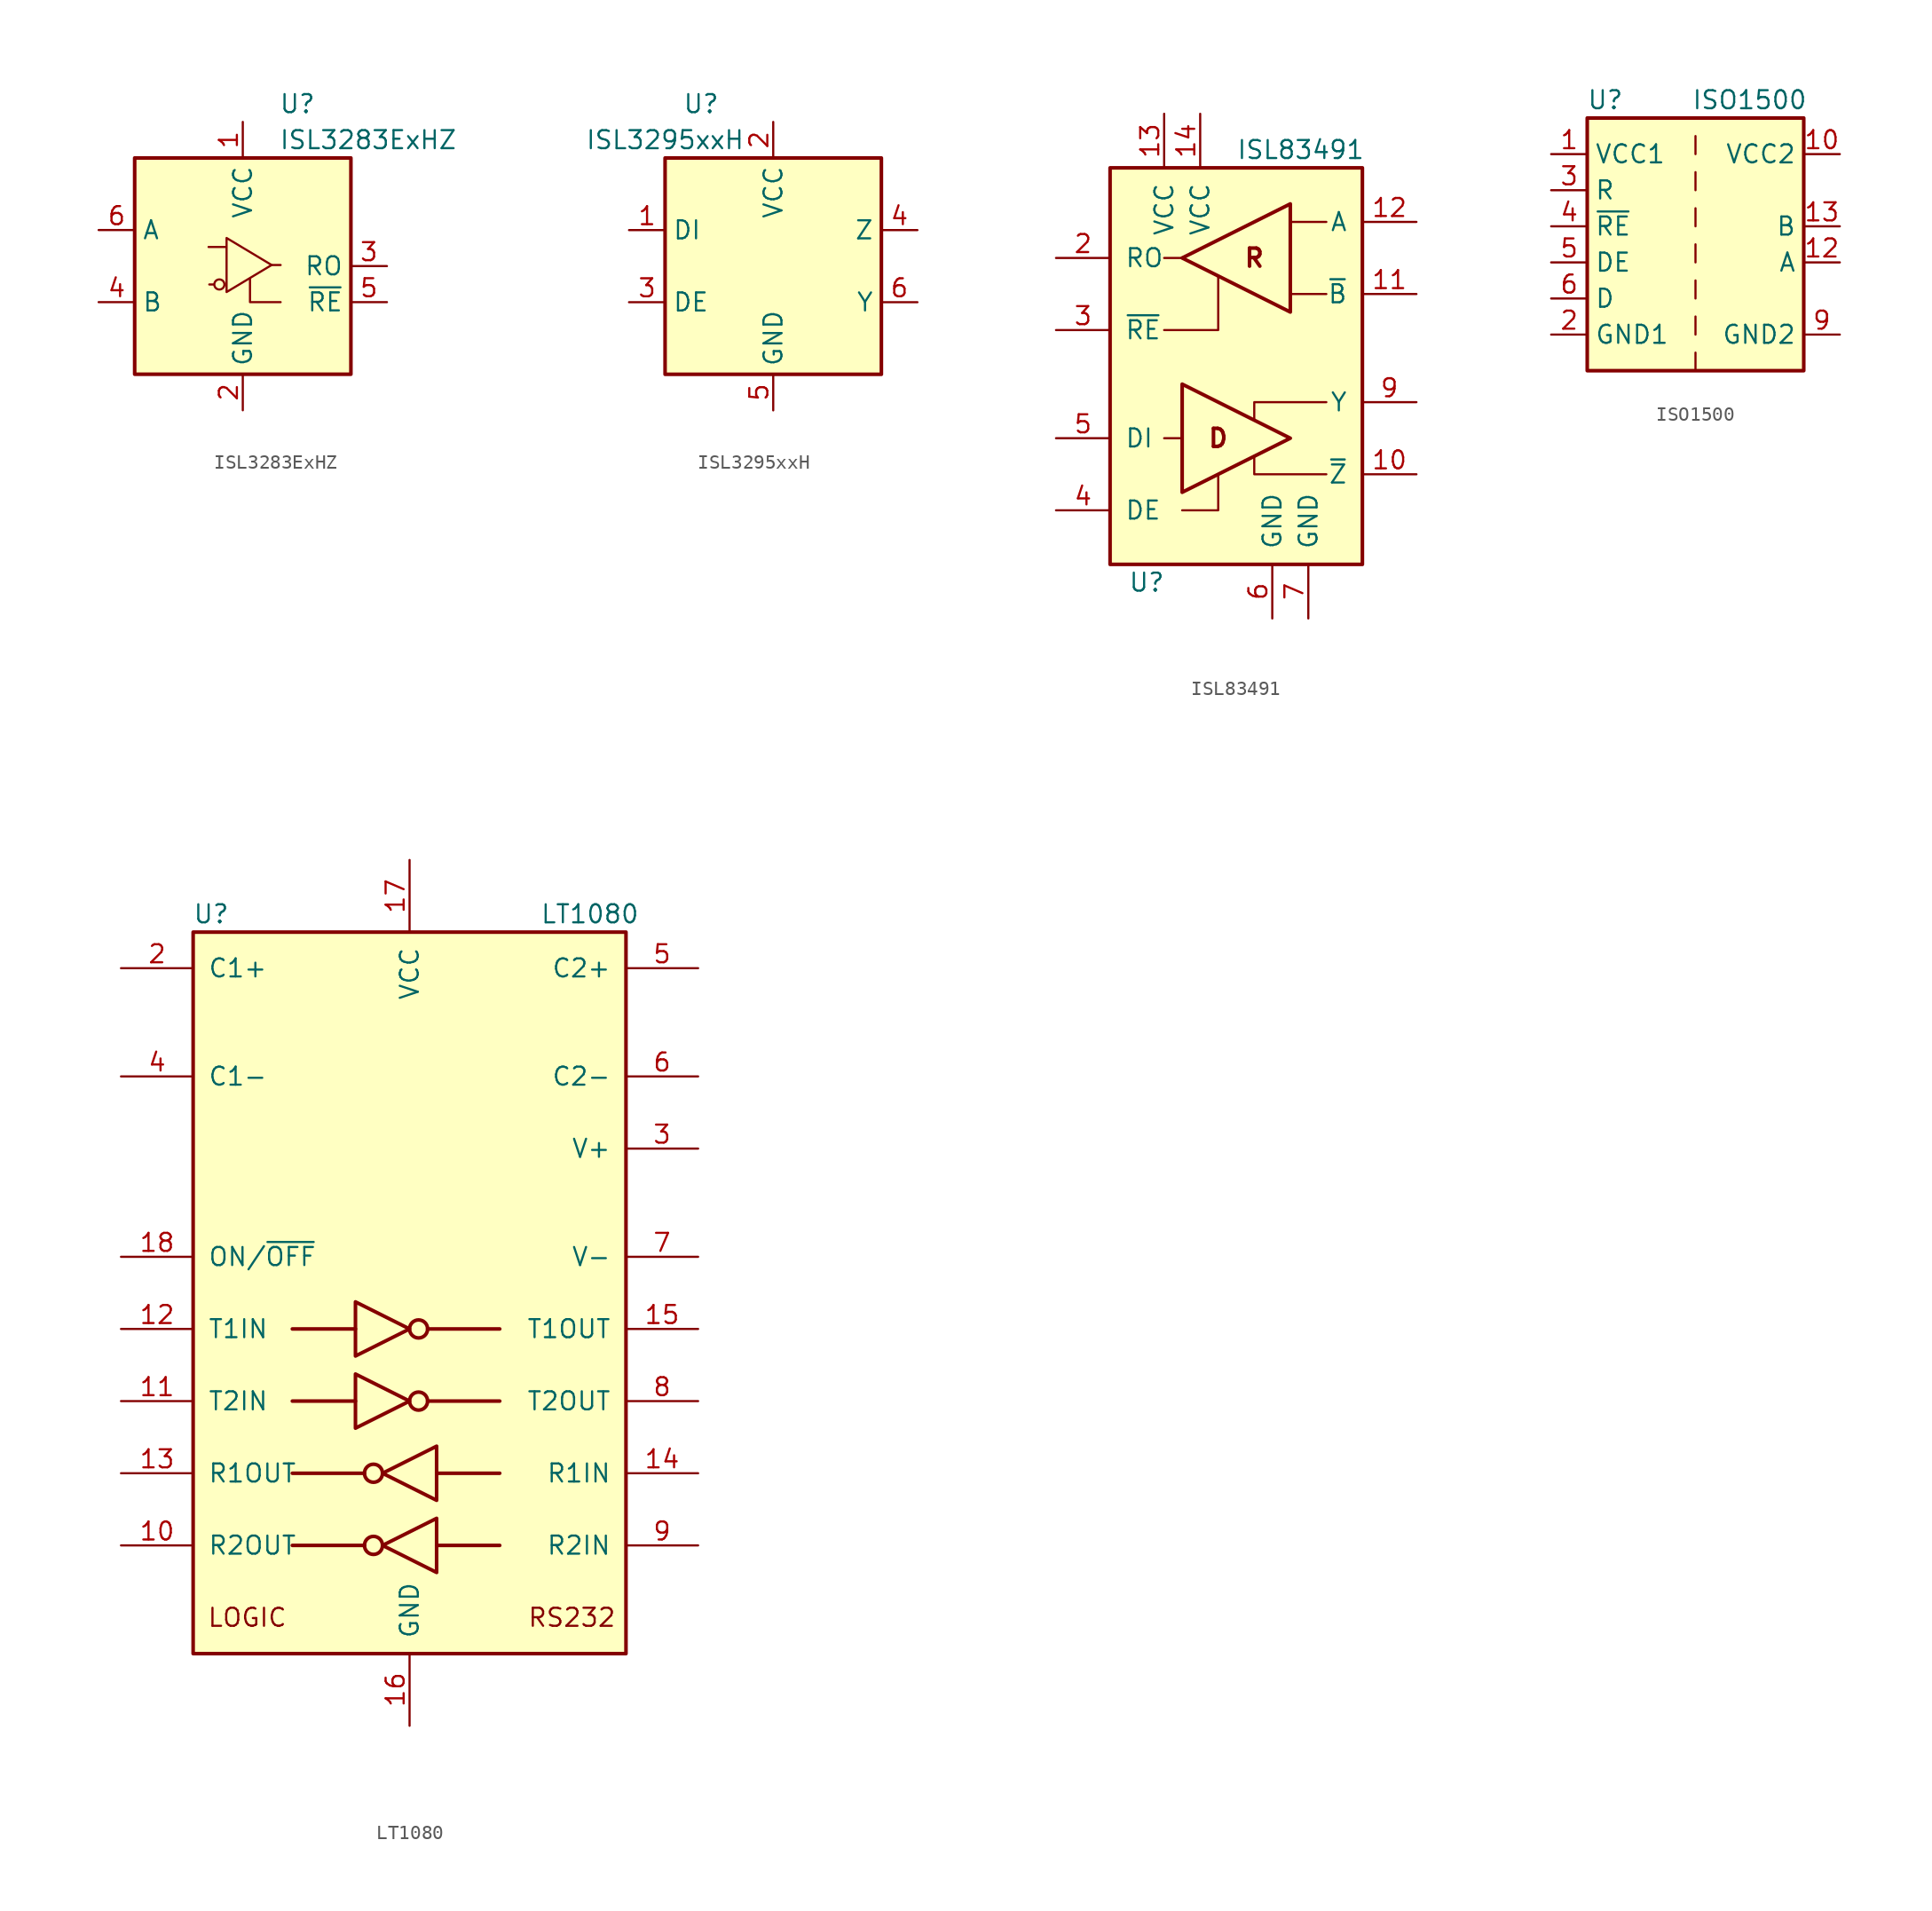
<source format=kicad_sym>
(kicad_symbol_lib
  (version 20220914)
  (generator kicad_symbol_editor)
  (symbol "ISL3283ExHZ"
    (property "Reference" "U"
      (at 2.54 11.43 0)
      (effects (font (size 1.27 1.27)) (justify left)))
    (property "Value" "ISL3283ExHZ"
      (at 2.54 8.89 0)
      (effects (font (size 1.27 1.27)) (justify left)))
    (symbol "ISL3283ExHZ_0_1"
      (polyline (pts (xy 0.508 -0.889) (xy 0.508 -2.54) (xy 2.667 -2.54)) (stroke (width 0) (type default)) (fill (type none)))
      (rectangle (start 7.62 7.62) (end -7.62 -7.62) (stroke (width 0.254) (type default)) (fill (type background))))
    (symbol "ISL3283ExHZ_1_1"
      (circle (center -1.651 -1.295) (radius 0.356) (stroke (width 0) (type default)) (fill (type none)))
      (polyline (pts (xy -2.057 -1.295) (xy -2.362 -1.295)) (stroke (width 0) (type default)) (fill (type none)))
      (polyline (pts (xy 2.032 0.076) (xy 2.667 0.076)) (stroke (width 0) (type default)) (fill (type none)))
      (polyline (pts (xy -1.143 1.981) (xy -1.143 -1.829) (xy 2.032 0.076) (xy -1.143 1.981) (xy -1.143 1.346) (xy -2.413 1.346)) (stroke (width 0) (type default)) (fill (type none)))
      (pin power_in line (at 0 10.16 270) (length 2.54) (name "VCC" (effects (font (size 1.27 1.27)))) (number "1" (effects (font (size 1.27 1.27)))))
      (pin power_in line (at 0 -10.16 90) (length 2.54) (name "GND" (effects (font (size 1.27 1.27)))) (number "2" (effects (font (size 1.27 1.27)))))
      (pin output line (at 10.16 0 180) (length 2.54) (name "RO" (effects (font (size 1.27 1.27)))) (number "3" (effects (font (size 1.27 1.27)))))
      (pin input line (at -10.16 -2.54 0) (length 2.54) (name "B" (effects (font (size 1.27 1.27)))) (number "4" (effects (font (size 1.27 1.27)))))
      (pin input line (at 10.16 -2.54 180) (length 2.54) (name "~{RE}" (effects (font (size 1.27 1.27)))) (number "5" (effects (font (size 1.27 1.27)))))
      (pin input line (at -10.16 2.54 0) (length 2.54) (name "A" (effects (font (size 1.27 1.27)))) (number "6" (effects (font (size 1.27 1.27)))))))
  (symbol "ISL3295xxH"
    (property "Reference" "U"
      (at -5.08 11.43 0)
      (effects (font (size 1.27 1.27))))
    (property "Value" "ISL3295xxH"
      (at -7.62 8.89 0)
      (effects (font (size 1.27 1.27))))
    (symbol "ISL3295xxH_0_1"
      (polyline (pts (xy -7.62 7.62) (xy 7.62 7.62) (xy 7.62 -7.62) (xy -7.62 -7.62) (xy -7.62 7.62)) (stroke (width 0.254) (type default)) (fill (type background))))
    (symbol "ISL3295xxH_1_1"
      (pin input line (at -10.16 2.54 0) (length 2.54) (name "DI" (effects (font (size 1.27 1.27)))) (number "1" (effects (font (size 1.27 1.27)))))
      (pin power_in line (at 0 10.16 270) (length 2.54) (name "VCC" (effects (font (size 1.27 1.27)))) (number "2" (effects (font (size 1.27 1.27)))))
      (pin input line (at -10.16 -2.54 0) (length 2.54) (name "DE" (effects (font (size 1.27 1.27)))) (number "3" (effects (font (size 1.27 1.27)))))
      (pin output line (at 10.16 2.54 180) (length 2.54) (name "Z" (effects (font (size 1.27 1.27)))) (number "4" (effects (font (size 1.27 1.27)))))
      (pin power_in line (at 0 -10.16 90) (length 2.54) (name "GND" (effects (font (size 1.27 1.27)))) (number "5" (effects (font (size 1.27 1.27)))))
      (pin output line (at 10.16 -2.54 180) (length 2.54) (name "Y" (effects (font (size 1.27 1.27)))) (number "6" (effects (font (size 1.27 1.27)))))))
  (symbol "ISL83491"
    (pin_names
      (offset 1.016))
    (property "Reference" "U"
      (at -7.62 -15.24 0)
      (effects (font (size 1.27 1.27)) (justify left)))
    (property "Value" "ISL83491"
      (at 0 15.24 0)
      (effects (font (size 1.27 1.27)) (justify left)))
    (symbol "ISL83491_0_0"
      (text "D" (at -1.27 -5.08 0) (effects (font (size 1.27 1.27) bold)))
      (text "R" (at 1.27 7.62 0) (effects (font (size 1.27 1.27) bold))))
    (symbol "ISL83491_0_1"
      (rectangle (start -8.89 13.97) (end 8.89 -13.97) (stroke (width 0.254) (type default)) (fill (type background)))
      (polyline (pts (xy -5.08 -5.08) (xy -3.81 -5.08)) (stroke (width 0) (type default)) (fill (type none)))
      (polyline (pts (xy -3.81 7.62) (xy -5.08 7.62)) (stroke (width 0) (type default)) (fill (type none)))
      (polyline (pts (xy 6.35 5.08) (xy 3.81 5.08) (xy 3.81 5.08)) (stroke (width 0) (type default)) (fill (type none)))
      (polyline (pts (xy 6.35 10.16) (xy 3.81 10.16) (xy 3.81 10.16)) (stroke (width 0) (type default)) (fill (type none)))
      (polyline (pts (xy -3.81 -10.16) (xy -1.27 -10.16) (xy -1.27 -7.62) (xy -1.27 -7.62)) (stroke (width 0) (type default)) (fill (type none)))
      (polyline (pts (xy -1.27 6.35) (xy -1.27 2.54) (xy -2.54 2.54) (xy -5.08 2.54)) (stroke (width 0) (type default)) (fill (type none)))
      (polyline (pts (xy 6.35 -7.62) (xy 1.27 -7.62) (xy 1.27 -6.35) (xy 1.27 -6.35)) (stroke (width 0) (type default)) (fill (type none)))
      (polyline (pts (xy 6.35 -2.54) (xy 1.27 -2.54) (xy 1.27 -3.81) (xy 1.27 -3.81)) (stroke (width 0) (type default)) (fill (type none)))
      (polyline (pts (xy -3.81 -1.27) (xy -3.81 -8.89) (xy 3.81 -5.08) (xy -3.81 -1.27) (xy -3.81 -1.27)) (stroke (width 0.254) (type default)) (fill (type none)))
      (polyline (pts (xy 3.81 11.43) (xy 3.81 3.81) (xy -3.81 7.62) (xy 3.81 11.43) (xy 3.81 11.43)) (stroke (width 0.254) (type default)) (fill (type none))))
    (symbol "ISL83491_1_1"
      (pin output line (at 12.7 -7.62 180) (length 3.81) (name "~{Z}" (effects (font (size 1.27 1.27)))) (number "10" (effects (font (size 1.27 1.27)))))
      (pin input line (at 12.7 5.08 180) (length 3.81) (name "~{B}" (effects (font (size 1.27 1.27)))) (number "11" (effects (font (size 1.27 1.27)))))
      (pin input line (at 12.7 10.16 180) (length 3.81) (name "A" (effects (font (size 1.27 1.27)))) (number "12" (effects (font (size 1.27 1.27)))))
      (pin power_in line (at -5.08 17.78 270) (length 3.81) (name "VCC" (effects (font (size 1.27 1.27)))) (number "13" (effects (font (size 1.27 1.27)))))
      (pin power_in line (at -2.54 17.78 270) (length 3.81) (name "VCC" (effects (font (size 1.27 1.27)))) (number "14" (effects (font (size 1.27 1.27)))))
      (pin output line (at -12.7 7.62 0) (length 3.81) (name "RO" (effects (font (size 1.27 1.27)))) (number "2" (effects (font (size 1.27 1.27)))))
      (pin input line (at -12.7 2.54 0) (length 3.81) (name "~{RE}" (effects (font (size 1.27 1.27)))) (number "3" (effects (font (size 1.27 1.27)))))
      (pin input line (at -12.7 -10.16 0) (length 3.81) (name "DE" (effects (font (size 1.27 1.27)))) (number "4" (effects (font (size 1.27 1.27)))))
      (pin input line (at -12.7 -5.08 0) (length 3.81) (name "DI" (effects (font (size 1.27 1.27)))) (number "5" (effects (font (size 1.27 1.27)))))
      (pin power_in line (at 2.54 -17.78 90) (length 3.81) (name "GND" (effects (font (size 1.27 1.27)))) (number "6" (effects (font (size 1.27 1.27)))))
      (pin power_in line (at 5.08 -17.78 90) (length 3.81) (name "GND" (effects (font (size 1.27 1.27)))) (number "7" (effects (font (size 1.27 1.27)))))
      (pin output line (at 12.7 -2.54 180) (length 3.81) (name "Y" (effects (font (size 1.27 1.27)))) (number "9" (effects (font (size 1.27 1.27)))))))
  (symbol "ISO1500"
    (property "Reference" "U"
      (at -6.35 11.43 0)
      (effects (font (size 1.27 1.27))))
    (property "Value" "ISO1500"
      (at 3.81 11.43 0)
      (effects (font (size 1.27 1.27))))
    (symbol "ISO1500_0_1"
      (rectangle (start -7.62 10.16) (end 7.62 -7.62) (stroke (width 0.254) (type default)) (fill (type background)))
      (polyline (pts (xy 0 -6.35) (xy 0 -7.62)) (stroke (width 0) (type default)) (fill (type none)))
      (polyline (pts (xy 0 -3.81) (xy 0 -5.08)) (stroke (width 0) (type default)) (fill (type none)))
      (polyline (pts (xy 0 -1.27) (xy 0 -2.54)) (stroke (width 0) (type default)) (fill (type none)))
      (polyline (pts (xy 0 1.27) (xy 0 0)) (stroke (width 0) (type default)) (fill (type none)))
      (polyline (pts (xy 0 3.81) (xy 0 2.54)) (stroke (width 0) (type default)) (fill (type none)))
      (polyline (pts (xy 0 6.35) (xy 0 5.08)) (stroke (width 0) (type default)) (fill (type none)))
      (polyline (pts (xy 0 7.62) (xy 0 8.89)) (stroke (width 0) (type default)) (fill (type none))))
    (symbol "ISO1500_1_1"
      (pin power_in line (at -10.16 7.62 0) (length 2.54) (name "VCC1" (effects (font (size 1.27 1.27)))) (number "1" (effects (font (size 1.27 1.27)))))
      (pin power_in line (at 10.16 7.62 180) (length 2.54) (name "VCC2" (effects (font (size 1.27 1.27)))) (number "10" (effects (font (size 1.27 1.27)))))
      (pin no_connect line (at 7.62 -2.54 180) (length 2.54) hide (name "NC" (effects (font (size 1.27 1.27)))) (number "11" (effects (font (size 1.27 1.27)))))
      (pin bidirectional line (at 10.16 0 180) (length 2.54) (name "A" (effects (font (size 1.27 1.27)))) (number "12" (effects (font (size 1.27 1.27)))))
      (pin bidirectional line (at 10.16 2.54 180) (length 2.54) (name "B" (effects (font (size 1.27 1.27)))) (number "13" (effects (font (size 1.27 1.27)))))
      (pin no_connect line (at 7.62 5.08 180) (length 2.54) hide (name "NC" (effects (font (size 1.27 1.27)))) (number "14" (effects (font (size 1.27 1.27)))))
      (pin passive line (at 10.16 -5.08 180) (length 2.54) hide (name "GND2" (effects (font (size 1.27 1.27)))) (number "15" (effects (font (size 1.27 1.27)))))
      (pin passive line (at 10.16 7.62 180) (length 2.54) hide (name "VCC2" (effects (font (size 1.27 1.27)))) (number "16" (effects (font (size 1.27 1.27)))))
      (pin power_in line (at -10.16 -5.08 0) (length 2.54) (name "GND1" (effects (font (size 1.27 1.27)))) (number "2" (effects (font (size 1.27 1.27)))))
      (pin output line (at -10.16 5.08 0) (length 2.54) (name "R" (effects (font (size 1.27 1.27)))) (number "3" (effects (font (size 1.27 1.27)))))
      (pin input line (at -10.16 2.54 0) (length 2.54) (name "~{RE}" (effects (font (size 1.27 1.27)))) (number "4" (effects (font (size 1.27 1.27)))))
      (pin input line (at -10.16 0 0) (length 2.54) (name "DE" (effects (font (size 1.27 1.27)))) (number "5" (effects (font (size 1.27 1.27)))))
      (pin input line (at -10.16 -2.54 0) (length 2.54) (name "D" (effects (font (size 1.27 1.27)))) (number "6" (effects (font (size 1.27 1.27)))))
      (pin no_connect line (at 0 -7.62 90) (length 2.54) hide (name "NC" (effects (font (size 1.27 1.27)))) (number "7" (effects (font (size 1.27 1.27)))))
      (pin passive line (at -10.16 -5.08 0) (length 2.54) hide (name "GND1" (effects (font (size 1.27 1.27)))) (number "8" (effects (font (size 1.27 1.27)))))
      (pin power_in line (at 10.16 -5.08 180) (length 2.54) (name "GND2" (effects (font (size 1.27 1.27)))) (number "9" (effects (font (size 1.27 1.27)))))))
  (symbol "LT1080"
    (pin_names
      (offset 1.016))
    (property "Reference" "U"
      (at -13.97 26.67 0)
      (effects (font (size 1.27 1.27))))
    (property "Value" "LT1080"
      (at 12.7 26.67 0)
      (effects (font (size 1.27 1.27))))
    (symbol "LT1080_0_0"
      (text "LOGIC" (at -11.43 -22.86 0) (effects (font (size 1.27 1.27))))
      (text "RS232" (at 11.43 -22.86 0) (effects (font (size 1.27 1.27)))))
    (symbol "LT1080_0_1"
      (rectangle (start -15.24 -25.4) (end 15.24 25.4) (stroke (width 0.254) (type default)) (fill (type background)))
      (circle (center -2.54 -17.78) (radius 0.635) (stroke (width 0.254) (type default)) (fill (type none)))
      (circle (center -2.54 -12.7) (radius 0.635) (stroke (width 0.254) (type default)) (fill (type none)))
      (polyline (pts (xy -3.81 -7.62) (xy -8.255 -7.62)) (stroke (width 0.254) (type default)) (fill (type none)))
      (polyline (pts (xy -3.81 -2.54) (xy -8.255 -2.54)) (stroke (width 0.254) (type default)) (fill (type none)))
      (polyline (pts (xy -3.175 -17.78) (xy -8.255 -17.78)) (stroke (width 0.254) (type default)) (fill (type none)))
      (polyline (pts (xy -3.175 -12.7) (xy -8.255 -12.7)) (stroke (width 0.254) (type default)) (fill (type none)))
      (polyline (pts (xy 1.27 -7.62) (xy 6.35 -7.62)) (stroke (width 0.254) (type default)) (fill (type none)))
      (polyline (pts (xy 1.27 -2.54) (xy 6.35 -2.54)) (stroke (width 0.254) (type default)) (fill (type none)))
      (polyline (pts (xy 1.905 -17.78) (xy 6.35 -17.78)) (stroke (width 0.254) (type default)) (fill (type none)))
      (polyline (pts (xy 1.905 -12.7) (xy 6.35 -12.7)) (stroke (width 0.254) (type default)) (fill (type none)))
      (polyline (pts (xy -3.81 -5.715) (xy -3.81 -9.525) (xy 0 -7.62) (xy -3.81 -5.715)) (stroke (width 0.254) (type default)) (fill (type none)))
      (polyline (pts (xy -3.81 -0.635) (xy -3.81 -4.445) (xy 0 -2.54) (xy -3.81 -0.635)) (stroke (width 0.254) (type default)) (fill (type none)))
      (polyline (pts (xy 1.905 -15.875) (xy 1.905 -19.685) (xy -1.905 -17.78) (xy 1.905 -15.875)) (stroke (width 0.254) (type default)) (fill (type none)))
      (polyline (pts (xy 1.905 -10.795) (xy 1.905 -14.605) (xy -1.905 -12.7) (xy 1.905 -10.795)) (stroke (width 0.254) (type default)) (fill (type none)))
      (circle (center 0.635 -7.62) (radius 0.635) (stroke (width 0.254) (type default)) (fill (type none)))
      (circle (center 0.635 -2.54) (radius 0.635) (stroke (width 0.254) (type default)) (fill (type none))))
    (symbol "LT1080_1_1"
      (pin no_connect line (at -15.24 5.08 0) (length 5.08) hide (name "NC" (effects (font (size 1.27 1.27)))) (number "1" (effects (font (size 1.27 1.27)))))
      (pin output line (at -20.32 -17.78 0) (length 5.08) (name "R2OUT" (effects (font (size 1.27 1.27)))) (number "10" (effects (font (size 1.27 1.27)))))
      (pin input line (at -20.32 -7.62 0) (length 5.08) (name "T2IN" (effects (font (size 1.27 1.27)))) (number "11" (effects (font (size 1.27 1.27)))))
      (pin input line (at -20.32 -2.54 0) (length 5.08) (name "T1IN" (effects (font (size 1.27 1.27)))) (number "12" (effects (font (size 1.27 1.27)))))
      (pin output line (at -20.32 -12.7 0) (length 5.08) (name "R1OUT" (effects (font (size 1.27 1.27)))) (number "13" (effects (font (size 1.27 1.27)))))
      (pin input line (at 20.32 -12.7 180) (length 5.08) (name "R1IN" (effects (font (size 1.27 1.27)))) (number "14" (effects (font (size 1.27 1.27)))))
      (pin output line (at 20.32 -2.54 180) (length 5.08) (name "T1OUT" (effects (font (size 1.27 1.27)))) (number "15" (effects (font (size 1.27 1.27)))))
      (pin power_in line (at 0 -30.48 90) (length 5.08) (name "GND" (effects (font (size 1.27 1.27)))) (number "16" (effects (font (size 1.27 1.27)))))
      (pin power_in line (at 0 30.48 270) (length 5.08) (name "VCC" (effects (font (size 1.27 1.27)))) (number "17" (effects (font (size 1.27 1.27)))))
      (pin input line (at -20.32 2.54 0) (length 5.08) (name "ON/~{OFF}" (effects (font (size 1.27 1.27)))) (number "18" (effects (font (size 1.27 1.27)))))
      (pin passive line (at -20.32 22.86 0) (length 5.08) (name "C1+" (effects (font (size 1.27 1.27)))) (number "2" (effects (font (size 1.27 1.27)))))
      (pin power_out line (at 20.32 10.16 180) (length 5.08) (name "V+" (effects (font (size 1.27 1.27)))) (number "3" (effects (font (size 1.27 1.27)))))
      (pin passive line (at -20.32 15.24 0) (length 5.08) (name "C1-" (effects (font (size 1.27 1.27)))) (number "4" (effects (font (size 1.27 1.27)))))
      (pin passive line (at 20.32 22.86 180) (length 5.08) (name "C2+" (effects (font (size 1.27 1.27)))) (number "5" (effects (font (size 1.27 1.27)))))
      (pin passive line (at 20.32 15.24 180) (length 5.08) (name "C2-" (effects (font (size 1.27 1.27)))) (number "6" (effects (font (size 1.27 1.27)))))
      (pin power_out line (at 20.32 2.54 180) (length 5.08) (name "V-" (effects (font (size 1.27 1.27)))) (number "7" (effects (font (size 1.27 1.27)))))
      (pin output line (at 20.32 -7.62 180) (length 5.08) (name "T2OUT" (effects (font (size 1.27 1.27)))) (number "8" (effects (font (size 1.27 1.27)))))
      (pin input line (at 20.32 -17.78 180) (length 5.08) (name "R2IN" (effects (font (size 1.27 1.27)))) (number "9" (effects (font (size 1.27 1.27))))))))
</source>
